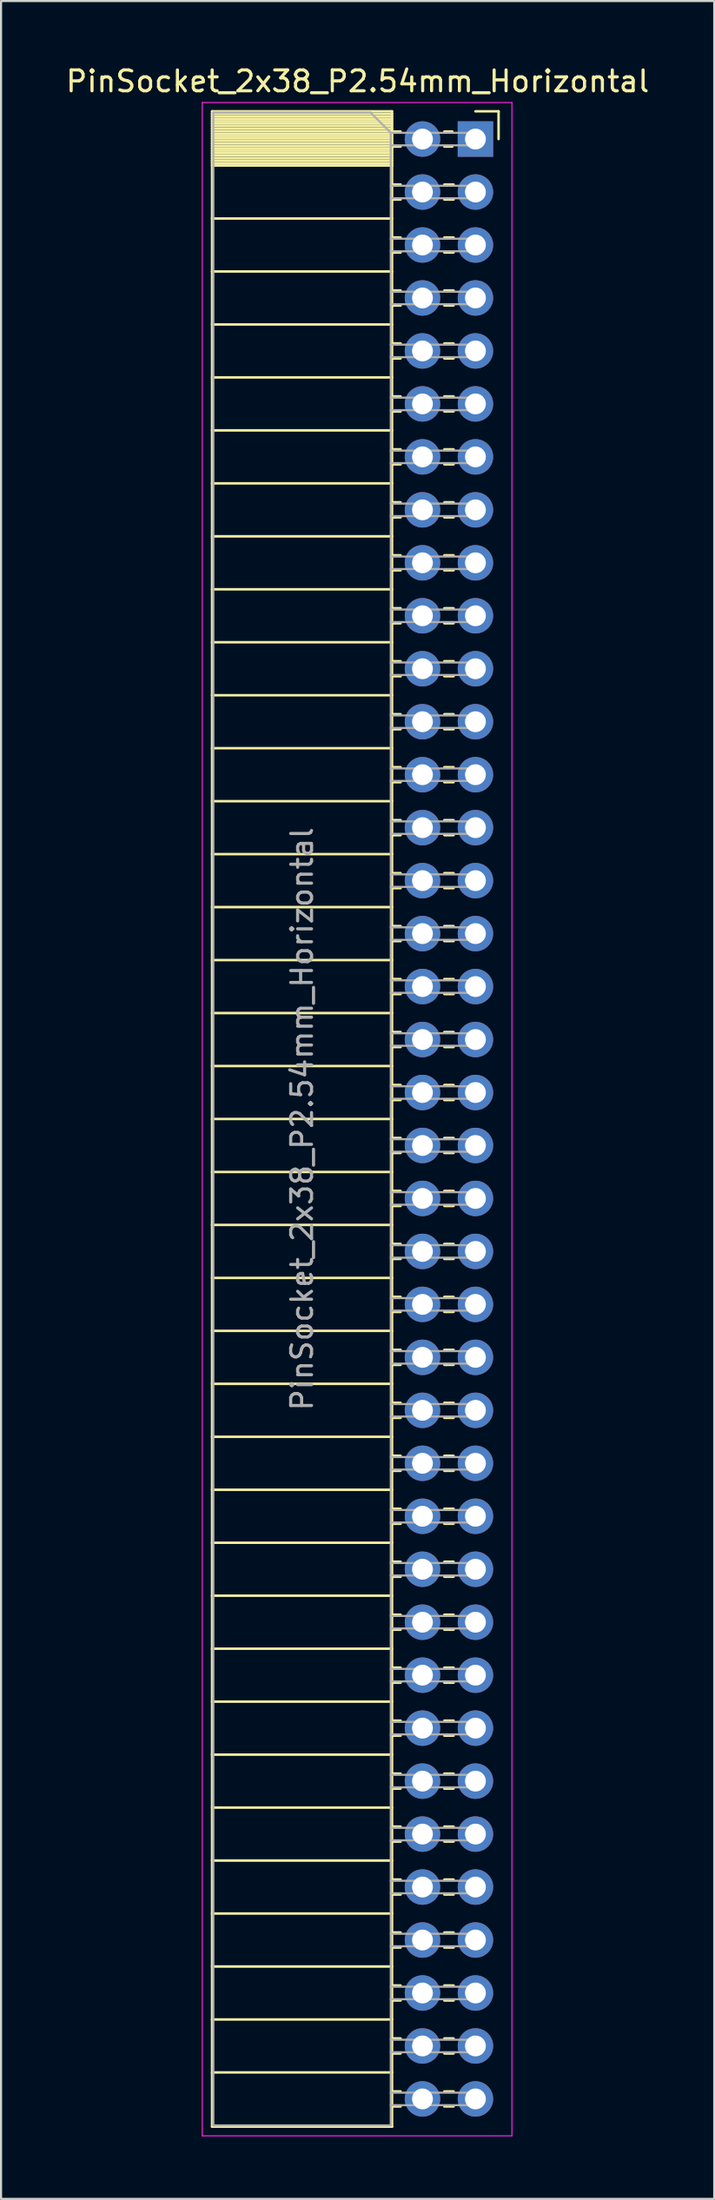
<source format=kicad_pcb>
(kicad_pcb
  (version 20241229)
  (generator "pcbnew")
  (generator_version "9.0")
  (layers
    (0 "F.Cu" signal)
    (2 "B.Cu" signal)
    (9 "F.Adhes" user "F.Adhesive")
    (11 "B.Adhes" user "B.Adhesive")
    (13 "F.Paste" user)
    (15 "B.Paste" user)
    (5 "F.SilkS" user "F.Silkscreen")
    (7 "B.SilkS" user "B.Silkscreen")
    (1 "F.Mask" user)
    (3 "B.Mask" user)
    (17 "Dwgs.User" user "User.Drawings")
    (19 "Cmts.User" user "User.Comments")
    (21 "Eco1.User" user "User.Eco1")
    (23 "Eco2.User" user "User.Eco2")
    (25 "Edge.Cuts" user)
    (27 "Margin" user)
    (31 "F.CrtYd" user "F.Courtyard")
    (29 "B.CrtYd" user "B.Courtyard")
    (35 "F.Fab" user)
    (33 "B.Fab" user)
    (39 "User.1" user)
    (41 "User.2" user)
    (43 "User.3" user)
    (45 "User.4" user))
  (footprint "PinSocket_2x38_P2.54mm_Horizontal"
    (layer "F.Cu")
    (at 19.751 3.618)
    (property "Reference" "PinSocket_2x38_P2.54mm_Horizontal" (at -5.65 -2.77 0) (layer "F.SilkS") (effects (font (size 1 1) (thickness 0.15))))
    (attr through_hole)
    (fp_line (start -12.63 -1.33) (end -12.63 95.31) (stroke (width 0.12) (type solid)) (layer "F.SilkS"))
    (fp_line (start -12.63 -1.33) (end -4 -1.33) (stroke (width 0.12) (type solid)) (layer "F.SilkS"))
    (fp_line (start -12.63 -1.21) (end -4 -1.21) (stroke (width 0.12) (type solid)) (layer "F.SilkS"))
    (fp_line (start -12.63 -1.092) (end -4 -1.092) (stroke (width 0.12) (type solid)) (layer "F.SilkS"))
    (fp_line (start -12.63 -0.974) (end -4 -0.974) (stroke (width 0.12) (type solid)) (layer "F.SilkS"))
    (fp_line (start -12.63 -0.856) (end -4 -0.856) (stroke (width 0.12) (type solid)) (layer "F.SilkS"))
    (fp_line (start -12.63 -0.738) (end -4 -0.738) (stroke (width 0.12) (type solid)) (layer "F.SilkS"))
    (fp_line (start -12.63 -0.62) (end -4 -0.62) (stroke (width 0.12) (type solid)) (layer "F.SilkS"))
    (fp_line (start -12.63 -0.501) (end -4 -0.501) (stroke (width 0.12) (type solid)) (layer "F.SilkS"))
    (fp_line (start -12.63 -0.383) (end -4 -0.383) (stroke (width 0.12) (type solid)) (layer "F.SilkS"))
    (fp_line (start -12.63 -0.265) (end -4 -0.265) (stroke (width 0.12) (type solid)) (layer "F.SilkS"))
    (fp_line (start -12.63 -0.147) (end -4 -0.147) (stroke (width 0.12) (type solid)) (layer "F.SilkS"))
    (fp_line (start -12.63 -0.029) (end -4 -0.029) (stroke (width 0.12) (type solid)) (layer "F.SilkS"))
    (fp_line (start -12.63 0.089) (end -4 0.089) (stroke (width 0.12) (type solid)) (layer "F.SilkS"))
    (fp_line (start -12.63 0.207) (end -4 0.207) (stroke (width 0.12) (type solid)) (layer "F.SilkS"))
    (fp_line (start -12.63 0.325) (end -4 0.325) (stroke (width 0.12) (type solid)) (layer "F.SilkS"))
    (fp_line (start -12.63 0.443) (end -4 0.443) (stroke (width 0.12) (type solid)) (layer "F.SilkS"))
    (fp_line (start -12.63 0.561) (end -4 0.561) (stroke (width 0.12) (type solid)) (layer "F.SilkS"))
    (fp_line (start -12.63 0.68) (end -4 0.68) (stroke (width 0.12) (type solid)) (layer "F.SilkS"))
    (fp_line (start -12.63 0.798) (end -4 0.798) (stroke (width 0.12) (type solid)) (layer "F.SilkS"))
    (fp_line (start -12.63 0.916) (end -4 0.916) (stroke (width 0.12) (type solid)) (layer "F.SilkS"))
    (fp_line (start -12.63 1.034) (end -4 1.034) (stroke (width 0.12) (type solid)) (layer "F.SilkS"))
    (fp_line (start -12.63 1.152) (end -4 1.152) (stroke (width 0.12) (type solid)) (layer "F.SilkS"))
    (fp_line (start -12.63 1.27) (end -4 1.27) (stroke (width 0.12) (type solid)) (layer "F.SilkS"))
    (fp_line (start -12.63 3.81) (end -4 3.81) (stroke (width 0.12) (type solid)) (layer "F.SilkS"))
    (fp_line (start -12.63 6.35) (end -4 6.35) (stroke (width 0.12) (type solid)) (layer "F.SilkS"))
    (fp_line (start -12.63 8.89) (end -4 8.89) (stroke (width 0.12) (type solid)) (layer "F.SilkS"))
    (fp_line (start -12.63 11.43) (end -4 11.43) (stroke (width 0.12) (type solid)) (layer "F.SilkS"))
    (fp_line (start -12.63 13.97) (end -4 13.97) (stroke (width 0.12) (type solid)) (layer "F.SilkS"))
    (fp_line (start -12.63 16.51) (end -4 16.51) (stroke (width 0.12) (type solid)) (layer "F.SilkS"))
    (fp_line (start -12.63 19.05) (end -4 19.05) (stroke (width 0.12) (type solid)) (layer "F.SilkS"))
    (fp_line (start -12.63 21.59) (end -4 21.59) (stroke (width 0.12) (type solid)) (layer "F.SilkS"))
    (fp_line (start -12.63 24.13) (end -4 24.13) (stroke (width 0.12) (type solid)) (layer "F.SilkS"))
    (fp_line (start -12.63 26.67) (end -4 26.67) (stroke (width 0.12) (type solid)) (layer "F.SilkS"))
    (fp_line (start -12.63 29.21) (end -4 29.21) (stroke (width 0.12) (type solid)) (layer "F.SilkS"))
    (fp_line (start -12.63 31.75) (end -4 31.75) (stroke (width 0.12) (type solid)) (layer "F.SilkS"))
    (fp_line (start -12.63 34.29) (end -4 34.29) (stroke (width 0.12) (type solid)) (layer "F.SilkS"))
    (fp_line (start -12.63 36.83) (end -4 36.83) (stroke (width 0.12) (type solid)) (layer "F.SilkS"))
    (fp_line (start -12.63 39.37) (end -4 39.37) (stroke (width 0.12) (type solid)) (layer "F.SilkS"))
    (fp_line (start -12.63 41.91) (end -4 41.91) (stroke (width 0.12) (type solid)) (layer "F.SilkS"))
    (fp_line (start -12.63 44.45) (end -4 44.45) (stroke (width 0.12) (type solid)) (layer "F.SilkS"))
    (fp_line (start -12.63 46.99) (end -4 46.99) (stroke (width 0.12) (type solid)) (layer "F.SilkS"))
    (fp_line (start -12.63 49.53) (end -4 49.53) (stroke (width 0.12) (type solid)) (layer "F.SilkS"))
    (fp_line (start -12.63 52.07) (end -4 52.07) (stroke (width 0.12) (type solid)) (layer "F.SilkS"))
    (fp_line (start -12.63 54.61) (end -4 54.61) (stroke (width 0.12) (type solid)) (layer "F.SilkS"))
    (fp_line (start -12.63 57.15) (end -4 57.15) (stroke (width 0.12) (type solid)) (layer "F.SilkS"))
    (fp_line (start -12.63 59.69) (end -4 59.69) (stroke (width 0.12) (type solid)) (layer "F.SilkS"))
    (fp_line (start -12.63 62.23) (end -4 62.23) (stroke (width 0.12) (type solid)) (layer "F.SilkS"))
    (fp_line (start -12.63 64.77) (end -4 64.77) (stroke (width 0.12) (type solid)) (layer "F.SilkS"))
    (fp_line (start -12.63 67.31) (end -4 67.31) (stroke (width 0.12) (type solid)) (layer "F.SilkS"))
    (fp_line (start -12.63 69.85) (end -4 69.85) (stroke (width 0.12) (type solid)) (layer "F.SilkS"))
    (fp_line (start -12.63 72.39) (end -4 72.39) (stroke (width 0.12) (type solid)) (layer "F.SilkS"))
    (fp_line (start -12.63 74.93) (end -4 74.93) (stroke (width 0.12) (type solid)) (layer "F.SilkS"))
    (fp_line (start -12.63 77.47) (end -4 77.47) (stroke (width 0.12) (type solid)) (layer "F.SilkS"))
    (fp_line (start -12.63 80.01) (end -4 80.01) (stroke (width 0.12) (type solid)) (layer "F.SilkS"))
    (fp_line (start -12.63 82.55) (end -4 82.55) (stroke (width 0.12) (type solid)) (layer "F.SilkS"))
    (fp_line (start -12.63 85.09) (end -4 85.09) (stroke (width 0.12) (type solid)) (layer "F.SilkS"))
    (fp_line (start -12.63 87.63) (end -4 87.63) (stroke (width 0.12) (type solid)) (layer "F.SilkS"))
    (fp_line (start -12.63 90.17) (end -4 90.17) (stroke (width 0.12) (type solid)) (layer "F.SilkS"))
    (fp_line (start -12.63 92.71) (end -4 92.71) (stroke (width 0.12) (type solid)) (layer "F.SilkS"))
    (fp_line (start -12.63 95.31) (end -4 95.31) (stroke (width 0.12) (type solid)) (layer "F.SilkS"))
    (fp_line (start -4 -1.33) (end -4 95.31) (stroke (width 0.12) (type solid)) (layer "F.SilkS"))
    (fp_line (start -4 -0.36) (end -3.59 -0.36) (stroke (width 0.12) (type solid)) (layer "F.SilkS"))
    (fp_line (start -4 0.36) (end -3.59 0.36) (stroke (width 0.12) (type solid)) (layer "F.SilkS"))
    (fp_line (start -4 2.18) (end -3.59 2.18) (stroke (width 0.12) (type solid)) (layer "F.SilkS"))
    (fp_line (start -4 2.9) (end -3.59 2.9) (stroke (width 0.12) (type solid)) (layer "F.SilkS"))
    (fp_line (start -4 4.72) (end -3.59 4.72) (stroke (width 0.12) (type solid)) (layer "F.SilkS"))
    (fp_line (start -4 5.44) (end -3.59 5.44) (stroke (width 0.12) (type solid)) (layer "F.SilkS"))
    (fp_line (start -4 7.26) (end -3.59 7.26) (stroke (width 0.12) (type solid)) (layer "F.SilkS"))
    (fp_line (start -4 7.98) (end -3.59 7.98) (stroke (width 0.12) (type solid)) (layer "F.SilkS"))
    (fp_line (start -4 9.8) (end -3.59 9.8) (stroke (width 0.12) (type solid)) (layer "F.SilkS"))
    (fp_line (start -4 10.52) (end -3.59 10.52) (stroke (width 0.12) (type solid)) (layer "F.SilkS"))
    (fp_line (start -4 12.34) (end -3.59 12.34) (stroke (width 0.12) (type solid)) (layer "F.SilkS"))
    (fp_line (start -4 13.06) (end -3.59 13.06) (stroke (width 0.12) (type solid)) (layer "F.SilkS"))
    (fp_line (start -4 14.88) (end -3.59 14.88) (stroke (width 0.12) (type solid)) (layer "F.SilkS"))
    (fp_line (start -4 15.6) (end -3.59 15.6) (stroke (width 0.12) (type solid)) (layer "F.SilkS"))
    (fp_line (start -4 17.42) (end -3.59 17.42) (stroke (width 0.12) (type solid)) (layer "F.SilkS"))
    (fp_line (start -4 18.14) (end -3.59 18.14) (stroke (width 0.12) (type solid)) (layer "F.SilkS"))
    (fp_line (start -4 19.96) (end -3.59 19.96) (stroke (width 0.12) (type solid)) (layer "F.SilkS"))
    (fp_line (start -4 20.68) (end -3.59 20.68) (stroke (width 0.12) (type solid)) (layer "F.SilkS"))
    (fp_line (start -4 22.5) (end -3.59 22.5) (stroke (width 0.12) (type solid)) (layer "F.SilkS"))
    (fp_line (start -4 23.22) (end -3.59 23.22) (stroke (width 0.12) (type solid)) (layer "F.SilkS"))
    (fp_line (start -4 25.04) (end -3.59 25.04) (stroke (width 0.12) (type solid)) (layer "F.SilkS"))
    (fp_line (start -4 25.76) (end -3.59 25.76) (stroke (width 0.12) (type solid)) (layer "F.SilkS"))
    (fp_line (start -4 27.58) (end -3.59 27.58) (stroke (width 0.12) (type solid)) (layer "F.SilkS"))
    (fp_line (start -4 28.3) (end -3.59 28.3) (stroke (width 0.12) (type solid)) (layer "F.SilkS"))
    (fp_line (start -4 30.12) (end -3.59 30.12) (stroke (width 0.12) (type solid)) (layer "F.SilkS"))
    (fp_line (start -4 30.84) (end -3.59 30.84) (stroke (width 0.12) (type solid)) (layer "F.SilkS"))
    (fp_line (start -4 32.66) (end -3.59 32.66) (stroke (width 0.12) (type solid)) (layer "F.SilkS"))
    (fp_line (start -4 33.38) (end -3.59 33.38) (stroke (width 0.12) (type solid)) (layer "F.SilkS"))
    (fp_line (start -4 35.2) (end -3.59 35.2) (stroke (width 0.12) (type solid)) (layer "F.SilkS"))
    (fp_line (start -4 35.92) (end -3.59 35.92) (stroke (width 0.12) (type solid)) (layer "F.SilkS"))
    (fp_line (start -4 37.74) (end -3.59 37.74) (stroke (width 0.12) (type solid)) (layer "F.SilkS"))
    (fp_line (start -4 38.46) (end -3.59 38.46) (stroke (width 0.12) (type solid)) (layer "F.SilkS"))
    (fp_line (start -4 40.28) (end -3.59 40.28) (stroke (width 0.12) (type solid)) (layer "F.SilkS"))
    (fp_line (start -4 41) (end -3.59 41) (stroke (width 0.12) (type solid)) (layer "F.SilkS"))
    (fp_line (start -4 42.82) (end -3.59 42.82) (stroke (width 0.12) (type solid)) (layer "F.SilkS"))
    (fp_line (start -4 43.54) (end -3.59 43.54) (stroke (width 0.12) (type solid)) (layer "F.SilkS"))
    (fp_line (start -4 45.36) (end -3.59 45.36) (stroke (width 0.12) (type solid)) (layer "F.SilkS"))
    (fp_line (start -4 46.08) (end -3.59 46.08) (stroke (width 0.12) (type solid)) (layer "F.SilkS"))
    (fp_line (start -4 47.9) (end -3.59 47.9) (stroke (width 0.12) (type solid)) (layer "F.SilkS"))
    (fp_line (start -4 48.62) (end -3.59 48.62) (stroke (width 0.12) (type solid)) (layer "F.SilkS"))
    (fp_line (start -4 50.44) (end -3.59 50.44) (stroke (width 0.12) (type solid)) (layer "F.SilkS"))
    (fp_line (start -4 51.16) (end -3.59 51.16) (stroke (width 0.12) (type solid)) (layer "F.SilkS"))
    (fp_line (start -4 52.98) (end -3.59 52.98) (stroke (width 0.12) (type solid)) (layer "F.SilkS"))
    (fp_line (start -4 53.7) (end -3.59 53.7) (stroke (width 0.12) (type solid)) (layer "F.SilkS"))
    (fp_line (start -4 55.52) (end -3.59 55.52) (stroke (width 0.12) (type solid)) (layer "F.SilkS"))
    (fp_line (start -4 56.24) (end -3.59 56.24) (stroke (width 0.12) (type solid)) (layer "F.SilkS"))
    (fp_line (start -4 58.06) (end -3.59 58.06) (stroke (width 0.12) (type solid)) (layer "F.SilkS"))
    (fp_line (start -4 58.78) (end -3.59 58.78) (stroke (width 0.12) (type solid)) (layer "F.SilkS"))
    (fp_line (start -4 60.6) (end -3.59 60.6) (stroke (width 0.12) (type solid)) (layer "F.SilkS"))
    (fp_line (start -4 61.32) (end -3.59 61.32) (stroke (width 0.12) (type solid)) (layer "F.SilkS"))
    (fp_line (start -4 63.14) (end -3.59 63.14) (stroke (width 0.12) (type solid)) (layer "F.SilkS"))
    (fp_line (start -4 63.86) (end -3.59 63.86) (stroke (width 0.12) (type solid)) (layer "F.SilkS"))
    (fp_line (start -4 65.68) (end -3.59 65.68) (stroke (width 0.12) (type solid)) (layer "F.SilkS"))
    (fp_line (start -4 66.4) (end -3.59 66.4) (stroke (width 0.12) (type solid)) (layer "F.SilkS"))
    (fp_line (start -4 68.22) (end -3.59 68.22) (stroke (width 0.12) (type solid)) (layer "F.SilkS"))
    (fp_line (start -4 68.94) (end -3.59 68.94) (stroke (width 0.12) (type solid)) (layer "F.SilkS"))
    (fp_line (start -4 70.76) (end -3.59 70.76) (stroke (width 0.12) (type solid)) (layer "F.SilkS"))
    (fp_line (start -4 71.48) (end -3.59 71.48) (stroke (width 0.12) (type solid)) (layer "F.SilkS"))
    (fp_line (start -4 73.3) (end -3.59 73.3) (stroke (width 0.12) (type solid)) (layer "F.SilkS"))
    (fp_line (start -4 74.02) (end -3.59 74.02) (stroke (width 0.12) (type solid)) (layer "F.SilkS"))
    (fp_line (start -4 75.84) (end -3.59 75.84) (stroke (width 0.12) (type solid)) (layer "F.SilkS"))
    (fp_line (start -4 76.56) (end -3.59 76.56) (stroke (width 0.12) (type solid)) (layer "F.SilkS"))
    (fp_line (start -4 78.38) (end -3.59 78.38) (stroke (width 0.12) (type solid)) (layer "F.SilkS"))
    (fp_line (start -4 79.1) (end -3.59 79.1) (stroke (width 0.12) (type solid)) (layer "F.SilkS"))
    (fp_line (start -4 80.92) (end -3.59 80.92) (stroke (width 0.12) (type solid)) (layer "F.SilkS"))
    (fp_line (start -4 81.64) (end -3.59 81.64) (stroke (width 0.12) (type solid)) (layer "F.SilkS"))
    (fp_line (start -4 83.46) (end -3.59 83.46) (stroke (width 0.12) (type solid)) (layer "F.SilkS"))
    (fp_line (start -4 84.18) (end -3.59 84.18) (stroke (width 0.12) (type solid)) (layer "F.SilkS"))
    (fp_line (start -4 86) (end -3.59 86) (stroke (width 0.12) (type solid)) (layer "F.SilkS"))
    (fp_line (start -4 86.72) (end -3.59 86.72) (stroke (width 0.12) (type solid)) (layer "F.SilkS"))
    (fp_line (start -4 88.54) (end -3.59 88.54) (stroke (width 0.12) (type solid)) (layer "F.SilkS"))
    (fp_line (start -4 89.26) (end -3.59 89.26) (stroke (width 0.12) (type solid)) (layer "F.SilkS"))
    (fp_line (start -4 91.08) (end -3.59 91.08) (stroke (width 0.12) (type solid)) (layer "F.SilkS"))
    (fp_line (start -4 91.8) (end -3.59 91.8) (stroke (width 0.12) (type solid)) (layer "F.SilkS"))
    (fp_line (start -4 93.62) (end -3.59 93.62) (stroke (width 0.12) (type solid)) (layer "F.SilkS"))
    (fp_line (start -4 94.34) (end -3.59 94.34) (stroke (width 0.12) (type solid)) (layer "F.SilkS"))
    (fp_line (start -1.49 -0.36) (end -1.11 -0.36) (stroke (width 0.12) (type solid)) (layer "F.SilkS"))
    (fp_line (start -1.49 0.36) (end -1.11 0.36) (stroke (width 0.12) (type solid)) (layer "F.SilkS"))
    (fp_line (start -1.49 2.18) (end -1.05 2.18) (stroke (width 0.12) (type solid)) (layer "F.SilkS"))
    (fp_line (start -1.49 2.9) (end -1.05 2.9) (stroke (width 0.12) (type solid)) (layer "F.SilkS"))
    (fp_line (start -1.49 4.72) (end -1.05 4.72) (stroke (width 0.12) (type solid)) (layer "F.SilkS"))
    (fp_line (start -1.49 5.44) (end -1.05 5.44) (stroke (width 0.12) (type solid)) (layer "F.SilkS"))
    (fp_line (start -1.49 7.26) (end -1.05 7.26) (stroke (width 0.12) (type solid)) (layer "F.SilkS"))
    (fp_line (start -1.49 7.98) (end -1.05 7.98) (stroke (width 0.12) (type solid)) (layer "F.SilkS"))
    (fp_line (start -1.49 9.8) (end -1.05 9.8) (stroke (width 0.12) (type solid)) (layer "F.SilkS"))
    (fp_line (start -1.49 10.52) (end -1.05 10.52) (stroke (width 0.12) (type solid)) (layer "F.SilkS"))
    (fp_line (start -1.49 12.34) (end -1.05 12.34) (stroke (width 0.12) (type solid)) (layer "F.SilkS"))
    (fp_line (start -1.49 13.06) (end -1.05 13.06) (stroke (width 0.12) (type solid)) (layer "F.SilkS"))
    (fp_line (start -1.49 14.88) (end -1.05 14.88) (stroke (width 0.12) (type solid)) (layer "F.SilkS"))
    (fp_line (start -1.49 15.6) (end -1.05 15.6) (stroke (width 0.12) (type solid)) (layer "F.SilkS"))
    (fp_line (start -1.49 17.42) (end -1.05 17.42) (stroke (width 0.12) (type solid)) (layer "F.SilkS"))
    (fp_line (start -1.49 18.14) (end -1.05 18.14) (stroke (width 0.12) (type solid)) (layer "F.SilkS"))
    (fp_line (start -1.49 19.96) (end -1.05 19.96) (stroke (width 0.12) (type solid)) (layer "F.SilkS"))
    (fp_line (start -1.49 20.68) (end -1.05 20.68) (stroke (width 0.12) (type solid)) (layer "F.SilkS"))
    (fp_line (start -1.49 22.5) (end -1.05 22.5) (stroke (width 0.12) (type solid)) (layer "F.SilkS"))
    (fp_line (start -1.49 23.22) (end -1.05 23.22) (stroke (width 0.12) (type solid)) (layer "F.SilkS"))
    (fp_line (start -1.49 25.04) (end -1.05 25.04) (stroke (width 0.12) (type solid)) (layer "F.SilkS"))
    (fp_line (start -1.49 25.76) (end -1.05 25.76) (stroke (width 0.12) (type solid)) (layer "F.SilkS"))
    (fp_line (start -1.49 27.58) (end -1.05 27.58) (stroke (width 0.12) (type solid)) (layer "F.SilkS"))
    (fp_line (start -1.49 28.3) (end -1.05 28.3) (stroke (width 0.12) (type solid)) (layer "F.SilkS"))
    (fp_line (start -1.49 30.12) (end -1.05 30.12) (stroke (width 0.12) (type solid)) (layer "F.SilkS"))
    (fp_line (start -1.49 30.84) (end -1.05 30.84) (stroke (width 0.12) (type solid)) (layer "F.SilkS"))
    (fp_line (start -1.49 32.66) (end -1.05 32.66) (stroke (width 0.12) (type solid)) (layer "F.SilkS"))
    (fp_line (start -1.49 33.38) (end -1.05 33.38) (stroke (width 0.12) (type solid)) (layer "F.SilkS"))
    (fp_line (start -1.49 35.2) (end -1.05 35.2) (stroke (width 0.12) (type solid)) (layer "F.SilkS"))
    (fp_line (start -1.49 35.92) (end -1.05 35.92) (stroke (width 0.12) (type solid)) (layer "F.SilkS"))
    (fp_line (start -1.49 37.74) (end -1.05 37.74) (stroke (width 0.12) (type solid)) (layer "F.SilkS"))
    (fp_line (start -1.49 38.46) (end -1.05 38.46) (stroke (width 0.12) (type solid)) (layer "F.SilkS"))
    (fp_line (start -1.49 40.28) (end -1.05 40.28) (stroke (width 0.12) (type solid)) (layer "F.SilkS"))
    (fp_line (start -1.49 41) (end -1.05 41) (stroke (width 0.12) (type solid)) (layer "F.SilkS"))
    (fp_line (start -1.49 42.82) (end -1.05 42.82) (stroke (width 0.12) (type solid)) (layer "F.SilkS"))
    (fp_line (start -1.49 43.54) (end -1.05 43.54) (stroke (width 0.12) (type solid)) (layer "F.SilkS"))
    (fp_line (start -1.49 45.36) (end -1.05 45.36) (stroke (width 0.12) (type solid)) (layer "F.SilkS"))
    (fp_line (start -1.49 46.08) (end -1.05 46.08) (stroke (width 0.12) (type solid)) (layer "F.SilkS"))
    (fp_line (start -1.49 47.9) (end -1.05 47.9) (stroke (width 0.12) (type solid)) (layer "F.SilkS"))
    (fp_line (start -1.49 48.62) (end -1.05 48.62) (stroke (width 0.12) (type solid)) (layer "F.SilkS"))
    (fp_line (start -1.49 50.44) (end -1.05 50.44) (stroke (width 0.12) (type solid)) (layer "F.SilkS"))
    (fp_line (start -1.49 51.16) (end -1.05 51.16) (stroke (width 0.12) (type solid)) (layer "F.SilkS"))
    (fp_line (start -1.49 52.98) (end -1.05 52.98) (stroke (width 0.12) (type solid)) (layer "F.SilkS"))
    (fp_line (start -1.49 53.7) (end -1.05 53.7) (stroke (width 0.12) (type solid)) (layer "F.SilkS"))
    (fp_line (start -1.49 55.52) (end -1.05 55.52) (stroke (width 0.12) (type solid)) (layer "F.SilkS"))
    (fp_line (start -1.49 56.24) (end -1.05 56.24) (stroke (width 0.12) (type solid)) (layer "F.SilkS"))
    (fp_line (start -1.49 58.06) (end -1.05 58.06) (stroke (width 0.12) (type solid)) (layer "F.SilkS"))
    (fp_line (start -1.49 58.78) (end -1.05 58.78) (stroke (width 0.12) (type solid)) (layer "F.SilkS"))
    (fp_line (start -1.49 60.6) (end -1.05 60.6) (stroke (width 0.12) (type solid)) (layer "F.SilkS"))
    (fp_line (start -1.49 61.32) (end -1.05 61.32) (stroke (width 0.12) (type solid)) (layer "F.SilkS"))
    (fp_line (start -1.49 63.14) (end -1.05 63.14) (stroke (width 0.12) (type solid)) (layer "F.SilkS"))
    (fp_line (start -1.49 63.86) (end -1.05 63.86) (stroke (width 0.12) (type solid)) (layer "F.SilkS"))
    (fp_line (start -1.49 65.68) (end -1.05 65.68) (stroke (width 0.12) (type solid)) (layer "F.SilkS"))
    (fp_line (start -1.49 66.4) (end -1.05 66.4) (stroke (width 0.12) (type solid)) (layer "F.SilkS"))
    (fp_line (start -1.49 68.22) (end -1.05 68.22) (stroke (width 0.12) (type solid)) (layer "F.SilkS"))
    (fp_line (start -1.49 68.94) (end -1.05 68.94) (stroke (width 0.12) (type solid)) (layer "F.SilkS"))
    (fp_line (start -1.49 70.76) (end -1.05 70.76) (stroke (width 0.12) (type solid)) (layer "F.SilkS"))
    (fp_line (start -1.49 71.48) (end -1.05 71.48) (stroke (width 0.12) (type solid)) (layer "F.SilkS"))
    (fp_line (start -1.49 73.3) (end -1.05 73.3) (stroke (width 0.12) (type solid)) (layer "F.SilkS"))
    (fp_line (start -1.49 74.02) (end -1.05 74.02) (stroke (width 0.12) (type solid)) (layer "F.SilkS"))
    (fp_line (start -1.49 75.84) (end -1.05 75.84) (stroke (width 0.12) (type solid)) (layer "F.SilkS"))
    (fp_line (start -1.49 76.56) (end -1.05 76.56) (stroke (width 0.12) (type solid)) (layer "F.SilkS"))
    (fp_line (start -1.49 78.38) (end -1.05 78.38) (stroke (width 0.12) (type solid)) (layer "F.SilkS"))
    (fp_line (start -1.49 79.1) (end -1.05 79.1) (stroke (width 0.12) (type solid)) (layer "F.SilkS"))
    (fp_line (start -1.49 80.92) (end -1.05 80.92) (stroke (width 0.12) (type solid)) (layer "F.SilkS"))
    (fp_line (start -1.49 81.64) (end -1.05 81.64) (stroke (width 0.12) (type solid)) (layer "F.SilkS"))
    (fp_line (start -1.49 83.46) (end -1.05 83.46) (stroke (width 0.12) (type solid)) (layer "F.SilkS"))
    (fp_line (start -1.49 84.18) (end -1.05 84.18) (stroke (width 0.12) (type solid)) (layer "F.SilkS"))
    (fp_line (start -1.49 86) (end -1.05 86) (stroke (width 0.12) (type solid)) (layer "F.SilkS"))
    (fp_line (start -1.49 86.72) (end -1.05 86.72) (stroke (width 0.12) (type solid)) (layer "F.SilkS"))
    (fp_line (start -1.49 88.54) (end -1.05 88.54) (stroke (width 0.12) (type solid)) (layer "F.SilkS"))
    (fp_line (start -1.49 89.26) (end -1.05 89.26) (stroke (width 0.12) (type solid)) (layer "F.SilkS"))
    (fp_line (start -1.49 91.08) (end -1.05 91.08) (stroke (width 0.12) (type solid)) (layer "F.SilkS"))
    (fp_line (start -1.49 91.8) (end -1.05 91.8) (stroke (width 0.12) (type solid)) (layer "F.SilkS"))
    (fp_line (start -1.49 93.62) (end -1.05 93.62) (stroke (width 0.12) (type solid)) (layer "F.SilkS"))
    (fp_line (start -1.49 94.34) (end -1.05 94.34) (stroke (width 0.12) (type solid)) (layer "F.SilkS"))
    (fp_line (start 0 -1.33) (end 1.11 -1.33) (stroke (width 0.12) (type solid)) (layer "F.SilkS"))
    (fp_line (start 1.11 -1.33) (end 1.11 0) (stroke (width 0.12) (type solid)) (layer "F.SilkS"))
    (fp_line (start -13.1 -1.75) (end -13.1 95.75) (stroke (width 0.05) (type solid)) (layer "F.CrtYd"))
    (fp_line (start -13.1 95.75) (end 1.75 95.75) (stroke (width 0.05) (type solid)) (layer "F.CrtYd"))
    (fp_line (start 1.75 -1.75) (end -13.1 -1.75) (stroke (width 0.05) (type solid)) (layer "F.CrtYd"))
    (fp_line (start 1.75 95.75) (end 1.75 -1.75) (stroke (width 0.05) (type solid)) (layer "F.CrtYd"))
    (fp_line (start -12.57 -1.27) (end -5.03 -1.27) (stroke (width 0.1) (type solid)) (layer "F.Fab"))
    (fp_line (start -12.57 95.25) (end -12.57 -1.27) (stroke (width 0.1) (type solid)) (layer "F.Fab"))
    (fp_line (start -5.03 -1.27) (end -4.06 -0.3) (stroke (width 0.1) (type solid)) (layer "F.Fab"))
    (fp_line (start -4.06 -0.3) (end -4.06 95.25) (stroke (width 0.1) (type solid)) (layer "F.Fab"))
    (fp_line (start -4.06 0.3) (end 0 0.3) (stroke (width 0.1) (type solid)) (layer "F.Fab"))
    (fp_line (start -4.06 2.84) (end 0 2.84) (stroke (width 0.1) (type solid)) (layer "F.Fab"))
    (fp_line (start -4.06 5.38) (end 0 5.38) (stroke (width 0.1) (type solid)) (layer "F.Fab"))
    (fp_line (start -4.06 7.92) (end 0 7.92) (stroke (width 0.1) (type solid)) (layer "F.Fab"))
    (fp_line (start -4.06 10.46) (end 0 10.46) (stroke (width 0.1) (type solid)) (layer "F.Fab"))
    (fp_line (start -4.06 13) (end 0 13) (stroke (width 0.1) (type solid)) (layer "F.Fab"))
    (fp_line (start -4.06 15.54) (end 0 15.54) (stroke (width 0.1) (type solid)) (layer "F.Fab"))
    (fp_line (start -4.06 18.08) (end 0 18.08) (stroke (width 0.1) (type solid)) (layer "F.Fab"))
    (fp_line (start -4.06 20.62) (end 0 20.62) (stroke (width 0.1) (type solid)) (layer "F.Fab"))
    (fp_line (start -4.06 23.16) (end 0 23.16) (stroke (width 0.1) (type solid)) (layer "F.Fab"))
    (fp_line (start -4.06 25.7) (end 0 25.7) (stroke (width 0.1) (type solid)) (layer "F.Fab"))
    (fp_line (start -4.06 28.24) (end 0 28.24) (stroke (width 0.1) (type solid)) (layer "F.Fab"))
    (fp_line (start -4.06 30.78) (end 0 30.78) (stroke (width 0.1) (type solid)) (layer "F.Fab"))
    (fp_line (start -4.06 33.32) (end 0 33.32) (stroke (width 0.1) (type solid)) (layer "F.Fab"))
    (fp_line (start -4.06 35.86) (end 0 35.86) (stroke (width 0.1) (type solid)) (layer "F.Fab"))
    (fp_line (start -4.06 38.4) (end 0 38.4) (stroke (width 0.1) (type solid)) (layer "F.Fab"))
    (fp_line (start -4.06 40.94) (end 0 40.94) (stroke (width 0.1) (type solid)) (layer "F.Fab"))
    (fp_line (start -4.06 43.48) (end 0 43.48) (stroke (width 0.1) (type solid)) (layer "F.Fab"))
    (fp_line (start -4.06 46.02) (end 0 46.02) (stroke (width 0.1) (type solid)) (layer "F.Fab"))
    (fp_line (start -4.06 48.56) (end 0 48.56) (stroke (width 0.1) (type solid)) (layer "F.Fab"))
    (fp_line (start -4.06 51.1) (end 0 51.1) (stroke (width 0.1) (type solid)) (layer "F.Fab"))
    (fp_line (start -4.06 53.64) (end 0 53.64) (stroke (width 0.1) (type solid)) (layer "F.Fab"))
    (fp_line (start -4.06 56.18) (end 0 56.18) (stroke (width 0.1) (type solid)) (layer "F.Fab"))
    (fp_line (start -4.06 58.72) (end 0 58.72) (stroke (width 0.1) (type solid)) (layer "F.Fab"))
    (fp_line (start -4.06 61.26) (end 0 61.26) (stroke (width 0.1) (type solid)) (layer "F.Fab"))
    (fp_line (start -4.06 63.8) (end 0 63.8) (stroke (width 0.1) (type solid)) (layer "F.Fab"))
    (fp_line (start -4.06 66.34) (end 0 66.34) (stroke (width 0.1) (type solid)) (layer "F.Fab"))
    (fp_line (start -4.06 68.88) (end 0 68.88) (stroke (width 0.1) (type solid)) (layer "F.Fab"))
    (fp_line (start -4.06 71.42) (end 0 71.42) (stroke (width 0.1) (type solid)) (layer "F.Fab"))
    (fp_line (start -4.06 73.96) (end 0 73.96) (stroke (width 0.1) (type solid)) (layer "F.Fab"))
    (fp_line (start -4.06 76.5) (end 0 76.5) (stroke (width 0.1) (type solid)) (layer "F.Fab"))
    (fp_line (start -4.06 79.04) (end 0 79.04) (stroke (width 0.1) (type solid)) (layer "F.Fab"))
    (fp_line (start -4.06 81.58) (end 0 81.58) (stroke (width 0.1) (type solid)) (layer "F.Fab"))
    (fp_line (start -4.06 84.12) (end 0 84.12) (stroke (width 0.1) (type solid)) (layer "F.Fab"))
    (fp_line (start -4.06 86.66) (end 0 86.66) (stroke (width 0.1) (type solid)) (layer "F.Fab"))
    (fp_line (start -4.06 89.2) (end 0 89.2) (stroke (width 0.1) (type solid)) (layer "F.Fab"))
    (fp_line (start -4.06 91.74) (end 0 91.74) (stroke (width 0.1) (type solid)) (layer "F.Fab"))
    (fp_line (start -4.06 94.28) (end 0 94.28) (stroke (width 0.1) (type solid)) (layer "F.Fab"))
    (fp_line (start -4.06 95.25) (end -12.57 95.25) (stroke (width 0.1) (type solid)) (layer "F.Fab"))
    (fp_line (start 0 -0.3) (end -4.06 -0.3) (stroke (width 0.1) (type solid)) (layer "F.Fab"))
    (fp_line (start 0 0.3) (end 0 -0.3) (stroke (width 0.1) (type solid)) (layer "F.Fab"))
    (fp_line (start 0 2.24) (end -4.06 2.24) (stroke (width 0.1) (type solid)) (layer "F.Fab"))
    (fp_line (start 0 2.84) (end 0 2.24) (stroke (width 0.1) (type solid)) (layer "F.Fab"))
    (fp_line (start 0 4.78) (end -4.06 4.78) (stroke (width 0.1) (type solid)) (layer "F.Fab"))
    (fp_line (start 0 5.38) (end 0 4.78) (stroke (width 0.1) (type solid)) (layer "F.Fab"))
    (fp_line (start 0 7.32) (end -4.06 7.32) (stroke (width 0.1) (type solid)) (layer "F.Fab"))
    (fp_line (start 0 7.92) (end 0 7.32) (stroke (width 0.1) (type solid)) (layer "F.Fab"))
    (fp_line (start 0 9.86) (end -4.06 9.86) (stroke (width 0.1) (type solid)) (layer "F.Fab"))
    (fp_line (start 0 10.46) (end 0 9.86) (stroke (width 0.1) (type solid)) (layer "F.Fab"))
    (fp_line (start 0 12.4) (end -4.06 12.4) (stroke (width 0.1) (type solid)) (layer "F.Fab"))
    (fp_line (start 0 13) (end 0 12.4) (stroke (width 0.1) (type solid)) (layer "F.Fab"))
    (fp_line (start 0 14.94) (end -4.06 14.94) (stroke (width 0.1) (type solid)) (layer "F.Fab"))
    (fp_line (start 0 15.54) (end 0 14.94) (stroke (width 0.1) (type solid)) (layer "F.Fab"))
    (fp_line (start 0 17.48) (end -4.06 17.48) (stroke (width 0.1) (type solid)) (layer "F.Fab"))
    (fp_line (start 0 18.08) (end 0 17.48) (stroke (width 0.1) (type solid)) (layer "F.Fab"))
    (fp_line (start 0 20.02) (end -4.06 20.02) (stroke (width 0.1) (type solid)) (layer "F.Fab"))
    (fp_line (start 0 20.62) (end 0 20.02) (stroke (width 0.1) (type solid)) (layer "F.Fab"))
    (fp_line (start 0 22.56) (end -4.06 22.56) (stroke (width 0.1) (type solid)) (layer "F.Fab"))
    (fp_line (start 0 23.16) (end 0 22.56) (stroke (width 0.1) (type solid)) (layer "F.Fab"))
    (fp_line (start 0 25.1) (end -4.06 25.1) (stroke (width 0.1) (type solid)) (layer "F.Fab"))
    (fp_line (start 0 25.7) (end 0 25.1) (stroke (width 0.1) (type solid)) (layer "F.Fab"))
    (fp_line (start 0 27.64) (end -4.06 27.64) (stroke (width 0.1) (type solid)) (layer "F.Fab"))
    (fp_line (start 0 28.24) (end 0 27.64) (stroke (width 0.1) (type solid)) (layer "F.Fab"))
    (fp_line (start 0 30.18) (end -4.06 30.18) (stroke (width 0.1) (type solid)) (layer "F.Fab"))
    (fp_line (start 0 30.78) (end 0 30.18) (stroke (width 0.1) (type solid)) (layer "F.Fab"))
    (fp_line (start 0 32.72) (end -4.06 32.72) (stroke (width 0.1) (type solid)) (layer "F.Fab"))
    (fp_line (start 0 33.32) (end 0 32.72) (stroke (width 0.1) (type solid)) (layer "F.Fab"))
    (fp_line (start 0 35.26) (end -4.06 35.26) (stroke (width 0.1) (type solid)) (layer "F.Fab"))
    (fp_line (start 0 35.86) (end 0 35.26) (stroke (width 0.1) (type solid)) (layer "F.Fab"))
    (fp_line (start 0 37.8) (end -4.06 37.8) (stroke (width 0.1) (type solid)) (layer "F.Fab"))
    (fp_line (start 0 38.4) (end 0 37.8) (stroke (width 0.1) (type solid)) (layer "F.Fab"))
    (fp_line (start 0 40.34) (end -4.06 40.34) (stroke (width 0.1) (type solid)) (layer "F.Fab"))
    (fp_line (start 0 40.94) (end 0 40.34) (stroke (width 0.1) (type solid)) (layer "F.Fab"))
    (fp_line (start 0 42.88) (end -4.06 42.88) (stroke (width 0.1) (type solid)) (layer "F.Fab"))
    (fp_line (start 0 43.48) (end 0 42.88) (stroke (width 0.1) (type solid)) (layer "F.Fab"))
    (fp_line (start 0 45.42) (end -4.06 45.42) (stroke (width 0.1) (type solid)) (layer "F.Fab"))
    (fp_line (start 0 46.02) (end 0 45.42) (stroke (width 0.1) (type solid)) (layer "F.Fab"))
    (fp_line (start 0 47.96) (end -4.06 47.96) (stroke (width 0.1) (type solid)) (layer "F.Fab"))
    (fp_line (start 0 48.56) (end 0 47.96) (stroke (width 0.1) (type solid)) (layer "F.Fab"))
    (fp_line (start 0 50.5) (end -4.06 50.5) (stroke (width 0.1) (type solid)) (layer "F.Fab"))
    (fp_line (start 0 51.1) (end 0 50.5) (stroke (width 0.1) (type solid)) (layer "F.Fab"))
    (fp_line (start 0 53.04) (end -4.06 53.04) (stroke (width 0.1) (type solid)) (layer "F.Fab"))
    (fp_line (start 0 53.64) (end 0 53.04) (stroke (width 0.1) (type solid)) (layer "F.Fab"))
    (fp_line (start 0 55.58) (end -4.06 55.58) (stroke (width 0.1) (type solid)) (layer "F.Fab"))
    (fp_line (start 0 56.18) (end 0 55.58) (stroke (width 0.1) (type solid)) (layer "F.Fab"))
    (fp_line (start 0 58.12) (end -4.06 58.12) (stroke (width 0.1) (type solid)) (layer "F.Fab"))
    (fp_line (start 0 58.72) (end 0 58.12) (stroke (width 0.1) (type solid)) (layer "F.Fab"))
    (fp_line (start 0 60.66) (end -4.06 60.66) (stroke (width 0.1) (type solid)) (layer "F.Fab"))
    (fp_line (start 0 61.26) (end 0 60.66) (stroke (width 0.1) (type solid)) (layer "F.Fab"))
    (fp_line (start 0 63.2) (end -4.06 63.2) (stroke (width 0.1) (type solid)) (layer "F.Fab"))
    (fp_line (start 0 63.8) (end 0 63.2) (stroke (width 0.1) (type solid)) (layer "F.Fab"))
    (fp_line (start 0 65.74) (end -4.06 65.74) (stroke (width 0.1) (type solid)) (layer "F.Fab"))
    (fp_line (start 0 66.34) (end 0 65.74) (stroke (width 0.1) (type solid)) (layer "F.Fab"))
    (fp_line (start 0 68.28) (end -4.06 68.28) (stroke (width 0.1) (type solid)) (layer "F.Fab"))
    (fp_line (start 0 68.88) (end 0 68.28) (stroke (width 0.1) (type solid)) (layer "F.Fab"))
    (fp_line (start 0 70.82) (end -4.06 70.82) (stroke (width 0.1) (type solid)) (layer "F.Fab"))
    (fp_line (start 0 71.42) (end 0 70.82) (stroke (width 0.1) (type solid)) (layer "F.Fab"))
    (fp_line (start 0 73.36) (end -4.06 73.36) (stroke (width 0.1) (type solid)) (layer "F.Fab"))
    (fp_line (start 0 73.96) (end 0 73.36) (stroke (width 0.1) (type solid)) (layer "F.Fab"))
    (fp_line (start 0 75.9) (end -4.06 75.9) (stroke (width 0.1) (type solid)) (layer "F.Fab"))
    (fp_line (start 0 76.5) (end 0 75.9) (stroke (width 0.1) (type solid)) (layer "F.Fab"))
    (fp_line (start 0 78.44) (end -4.06 78.44) (stroke (width 0.1) (type solid)) (layer "F.Fab"))
    (fp_line (start 0 79.04) (end 0 78.44) (stroke (width 0.1) (type solid)) (layer "F.Fab"))
    (fp_line (start 0 80.98) (end -4.06 80.98) (stroke (width 0.1) (type solid)) (layer "F.Fab"))
    (fp_line (start 0 81.58) (end 0 80.98) (stroke (width 0.1) (type solid)) (layer "F.Fab"))
    (fp_line (start 0 83.52) (end -4.06 83.52) (stroke (width 0.1) (type solid)) (layer "F.Fab"))
    (fp_line (start 0 84.12) (end 0 83.52) (stroke (width 0.1) (type solid)) (layer "F.Fab"))
    (fp_line (start 0 86.06) (end -4.06 86.06) (stroke (width 0.1) (type solid)) (layer "F.Fab"))
    (fp_line (start 0 86.66) (end 0 86.06) (stroke (width 0.1) (type solid)) (layer "F.Fab"))
    (fp_line (start 0 88.6) (end -4.06 88.6) (stroke (width 0.1) (type solid)) (layer "F.Fab"))
    (fp_line (start 0 89.2) (end 0 88.6) (stroke (width 0.1) (type solid)) (layer "F.Fab"))
    (fp_line (start 0 91.14) (end -4.06 91.14) (stroke (width 0.1) (type solid)) (layer "F.Fab"))
    (fp_line (start 0 91.74) (end 0 91.14) (stroke (width 0.1) (type solid)) (layer "F.Fab"))
    (fp_line (start 0 93.68) (end -4.06 93.68) (stroke (width 0.1) (type solid)) (layer "F.Fab"))
    (fp_line (start 0 94.28) (end 0 93.68) (stroke (width 0.1) (type solid)) (layer "F.Fab"))
    (fp_text user "${REFERENCE}" (at -8.315 46.99 90) (layer "F.Fab") (effects (font (size 1 1) (thickness 0.15))))
    (pad "1" thru_hole rect (at 0 0) (size 1.7 1.7) (drill 1) (layers "*.Cu" "*.Mask"))
    (pad "2" thru_hole circle (at -2.54 0) (size 1.7 1.7) (drill 1) (layers "*.Cu" "*.Mask"))
    (pad "3" thru_hole circle (at 0 2.54) (size 1.7 1.7) (drill 1) (layers "*.Cu" "*.Mask"))
    (pad "4" thru_hole circle (at -2.54 2.54) (size 1.7 1.7) (drill 1) (layers "*.Cu" "*.Mask"))
    (pad "5" thru_hole circle (at 0 5.08) (size 1.7 1.7) (drill 1) (layers "*.Cu" "*.Mask"))
    (pad "6" thru_hole circle (at -2.54 5.08) (size 1.7 1.7) (drill 1) (layers "*.Cu" "*.Mask"))
    (pad "7" thru_hole circle (at 0 7.62) (size 1.7 1.7) (drill 1) (layers "*.Cu" "*.Mask"))
    (pad "8" thru_hole circle (at -2.54 7.62) (size 1.7 1.7) (drill 1) (layers "*.Cu" "*.Mask"))
    (pad "9" thru_hole circle (at 0 10.16) (size 1.7 1.7) (drill 1) (layers "*.Cu" "*.Mask"))
    (pad "10" thru_hole circle (at -2.54 10.16) (size 1.7 1.7) (drill 1) (layers "*.Cu" "*.Mask"))
    (pad "11" thru_hole circle (at 0 12.7) (size 1.7 1.7) (drill 1) (layers "*.Cu" "*.Mask"))
    (pad "12" thru_hole circle (at -2.54 12.7) (size 1.7 1.7) (drill 1) (layers "*.Cu" "*.Mask"))
    (pad "13" thru_hole circle (at 0 15.24) (size 1.7 1.7) (drill 1) (layers "*.Cu" "*.Mask"))
    (pad "14" thru_hole circle (at -2.54 15.24) (size 1.7 1.7) (drill 1) (layers "*.Cu" "*.Mask"))
    (pad "15" thru_hole circle (at 0 17.78) (size 1.7 1.7) (drill 1) (layers "*.Cu" "*.Mask"))
    (pad "16" thru_hole circle (at -2.54 17.78) (size 1.7 1.7) (drill 1) (layers "*.Cu" "*.Mask"))
    (pad "17" thru_hole circle (at 0 20.32) (size 1.7 1.7) (drill 1) (layers "*.Cu" "*.Mask"))
    (pad "18" thru_hole circle (at -2.54 20.32) (size 1.7 1.7) (drill 1) (layers "*.Cu" "*.Mask"))
    (pad "19" thru_hole circle (at 0 22.86) (size 1.7 1.7) (drill 1) (layers "*.Cu" "*.Mask"))
    (pad "20" thru_hole circle (at -2.54 22.86) (size 1.7 1.7) (drill 1) (layers "*.Cu" "*.Mask"))
    (pad "21" thru_hole circle (at 0 25.4) (size 1.7 1.7) (drill 1) (layers "*.Cu" "*.Mask"))
    (pad "22" thru_hole circle (at -2.54 25.4) (size 1.7 1.7) (drill 1) (layers "*.Cu" "*.Mask"))
    (pad "23" thru_hole circle (at 0 27.94) (size 1.7 1.7) (drill 1) (layers "*.Cu" "*.Mask"))
    (pad "24" thru_hole circle (at -2.54 27.94) (size 1.7 1.7) (drill 1) (layers "*.Cu" "*.Mask"))
    (pad "25" thru_hole circle (at 0 30.48) (size 1.7 1.7) (drill 1) (layers "*.Cu" "*.Mask"))
    (pad "26" thru_hole circle (at -2.54 30.48) (size 1.7 1.7) (drill 1) (layers "*.Cu" "*.Mask"))
    (pad "27" thru_hole circle (at 0 33.02) (size 1.7 1.7) (drill 1) (layers "*.Cu" "*.Mask"))
    (pad "28" thru_hole circle (at -2.54 33.02) (size 1.7 1.7) (drill 1) (layers "*.Cu" "*.Mask"))
    (pad "29" thru_hole circle (at 0 35.56) (size 1.7 1.7) (drill 1) (layers "*.Cu" "*.Mask"))
    (pad "30" thru_hole circle (at -2.54 35.56) (size 1.7 1.7) (drill 1) (layers "*.Cu" "*.Mask"))
    (pad "31" thru_hole circle (at 0 38.1) (size 1.7 1.7) (drill 1) (layers "*.Cu" "*.Mask"))
    (pad "32" thru_hole circle (at -2.54 38.1) (size 1.7 1.7) (drill 1) (layers "*.Cu" "*.Mask"))
    (pad "33" thru_hole circle (at 0 40.64) (size 1.7 1.7) (drill 1) (layers "*.Cu" "*.Mask"))
    (pad "34" thru_hole circle (at -2.54 40.64) (size 1.7 1.7) (drill 1) (layers "*.Cu" "*.Mask"))
    (pad "35" thru_hole circle (at 0 43.18) (size 1.7 1.7) (drill 1) (layers "*.Cu" "*.Mask"))
    (pad "36" thru_hole circle (at -2.54 43.18) (size 1.7 1.7) (drill 1) (layers "*.Cu" "*.Mask"))
    (pad "37" thru_hole circle (at 0 45.72) (size 1.7 1.7) (drill 1) (layers "*.Cu" "*.Mask"))
    (pad "38" thru_hole circle (at -2.54 45.72) (size 1.7 1.7) (drill 1) (layers "*.Cu" "*.Mask"))
    (pad "39" thru_hole circle (at 0 48.26) (size 1.7 1.7) (drill 1) (layers "*.Cu" "*.Mask"))
    (pad "40" thru_hole circle (at -2.54 48.26) (size 1.7 1.7) (drill 1) (layers "*.Cu" "*.Mask"))
    (pad "41" thru_hole circle (at 0 50.8) (size 1.7 1.7) (drill 1) (layers "*.Cu" "*.Mask"))
    (pad "42" thru_hole circle (at -2.54 50.8) (size 1.7 1.7) (drill 1) (layers "*.Cu" "*.Mask"))
    (pad "43" thru_hole circle (at 0 53.34) (size 1.7 1.7) (drill 1) (layers "*.Cu" "*.Mask"))
    (pad "44" thru_hole circle (at -2.54 53.34) (size 1.7 1.7) (drill 1) (layers "*.Cu" "*.Mask"))
    (pad "45" thru_hole circle (at 0 55.88) (size 1.7 1.7) (drill 1) (layers "*.Cu" "*.Mask"))
    (pad "46" thru_hole circle (at -2.54 55.88) (size 1.7 1.7) (drill 1) (layers "*.Cu" "*.Mask"))
    (pad "47" thru_hole circle (at 0 58.42) (size 1.7 1.7) (drill 1) (layers "*.Cu" "*.Mask"))
    (pad "48" thru_hole circle (at -2.54 58.42) (size 1.7 1.7) (drill 1) (layers "*.Cu" "*.Mask"))
    (pad "49" thru_hole circle (at 0 60.96) (size 1.7 1.7) (drill 1) (layers "*.Cu" "*.Mask"))
    (pad "50" thru_hole circle (at -2.54 60.96) (size 1.7 1.7) (drill 1) (layers "*.Cu" "*.Mask"))
    (pad "51" thru_hole circle (at 0 63.5) (size 1.7 1.7) (drill 1) (layers "*.Cu" "*.Mask"))
    (pad "52" thru_hole circle (at -2.54 63.5) (size 1.7 1.7) (drill 1) (layers "*.Cu" "*.Mask"))
    (pad "53" thru_hole circle (at 0 66.04) (size 1.7 1.7) (drill 1) (layers "*.Cu" "*.Mask"))
    (pad "54" thru_hole circle (at -2.54 66.04) (size 1.7 1.7) (drill 1) (layers "*.Cu" "*.Mask"))
    (pad "55" thru_hole circle (at 0 68.58) (size 1.7 1.7) (drill 1) (layers "*.Cu" "*.Mask"))
    (pad "56" thru_hole circle (at -2.54 68.58) (size 1.7 1.7) (drill 1) (layers "*.Cu" "*.Mask"))
    (pad "57" thru_hole circle (at 0 71.12) (size 1.7 1.7) (drill 1) (layers "*.Cu" "*.Mask"))
    (pad "58" thru_hole circle (at -2.54 71.12) (size 1.7 1.7) (drill 1) (layers "*.Cu" "*.Mask"))
    (pad "59" thru_hole circle (at 0 73.66) (size 1.7 1.7) (drill 1) (layers "*.Cu" "*.Mask"))
    (pad "60" thru_hole circle (at -2.54 73.66) (size 1.7 1.7) (drill 1) (layers "*.Cu" "*.Mask"))
    (pad "61" thru_hole circle (at 0 76.2) (size 1.7 1.7) (drill 1) (layers "*.Cu" "*.Mask"))
    (pad "62" thru_hole circle (at -2.54 76.2) (size 1.7 1.7) (drill 1) (layers "*.Cu" "*.Mask"))
    (pad "63" thru_hole circle (at 0 78.74) (size 1.7 1.7) (drill 1) (layers "*.Cu" "*.Mask"))
    (pad "64" thru_hole circle (at -2.54 78.74) (size 1.7 1.7) (drill 1) (layers "*.Cu" "*.Mask"))
    (pad "65" thru_hole circle (at 0 81.28) (size 1.7 1.7) (drill 1) (layers "*.Cu" "*.Mask"))
    (pad "66" thru_hole circle (at -2.54 81.28) (size 1.7 1.7) (drill 1) (layers "*.Cu" "*.Mask"))
    (pad "67" thru_hole circle (at 0 83.82) (size 1.7 1.7) (drill 1) (layers "*.Cu" "*.Mask"))
    (pad "68" thru_hole circle (at -2.54 83.82) (size 1.7 1.7) (drill 1) (layers "*.Cu" "*.Mask"))
    (pad "69" thru_hole circle (at 0 86.36) (size 1.7 1.7) (drill 1) (layers "*.Cu" "*.Mask"))
    (pad "70" thru_hole circle (at -2.54 86.36) (size 1.7 1.7) (drill 1) (layers "*.Cu" "*.Mask"))
    (pad "71" thru_hole circle (at 0 88.9) (size 1.7 1.7) (drill 1) (layers "*.Cu" "*.Mask"))
    (pad "72" thru_hole circle (at -2.54 88.9) (size 1.7 1.7) (drill 1) (layers "*.Cu" "*.Mask"))
    (pad "73" thru_hole circle (at 0 91.44) (size 1.7 1.7) (drill 1) (layers "*.Cu" "*.Mask"))
    (pad "74" thru_hole circle (at -2.54 91.44) (size 1.7 1.7) (drill 1) (layers "*.Cu" "*.Mask"))
    (pad "75" thru_hole circle (at 0 93.98) (size 1.7 1.7) (drill 1) (layers "*.Cu" "*.Mask"))
    (pad "76" thru_hole circle (at -2.54 93.98) (size 1.7 1.7) (drill 1) (layers "*.Cu" "*.Mask")))
  (gr_rect
    (start -3 -3)
    (end 31.202 102.393)
    (stroke (width 0.1) (type default))
    (fill no)
    (layer "Edge.Cuts")))
</source>
